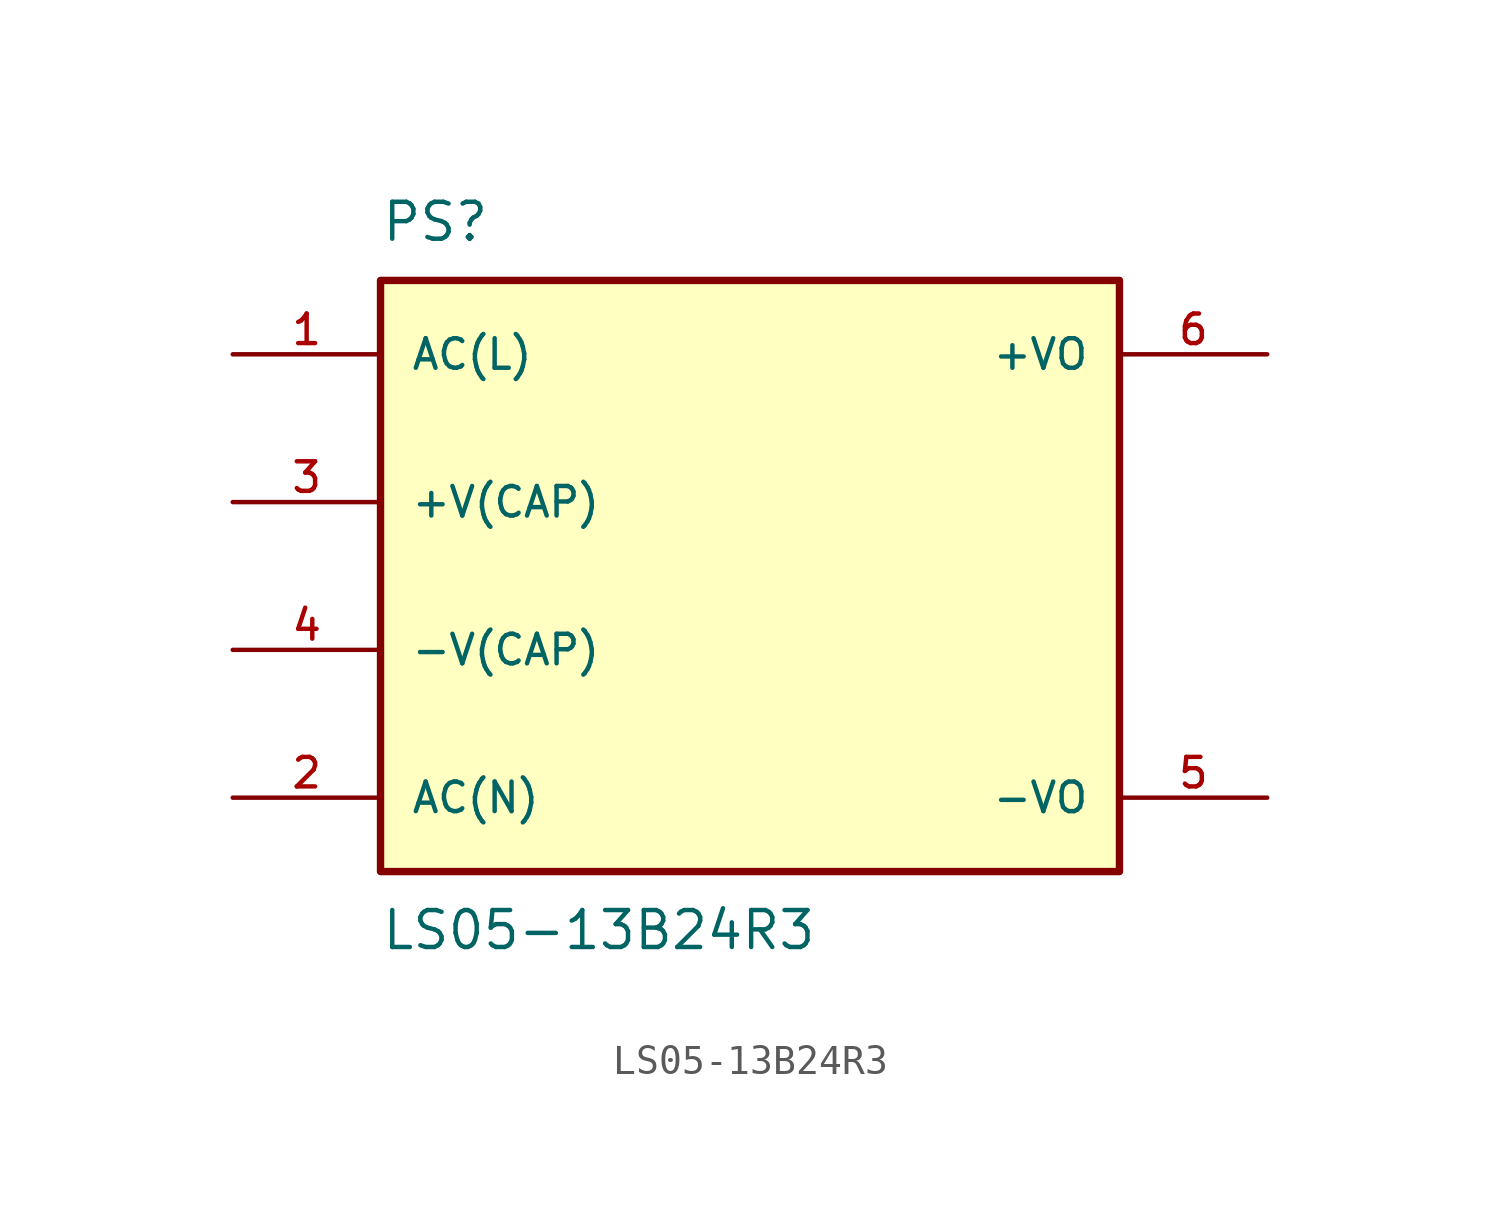
<source format=kicad_sym>
(kicad_symbol_lib
  (version 20211014)
  (generator kicad_symbol_editor)
  (symbol "LS05-13B24R3"
    (pin_names
      (offset 1.016))
    (property "Reference" "PS"
      (at -12.7 11.43 0)
      (effects (font (size 1.27 1.27)) (justify bottom left)))
    (property "Value" "LS05-13B24R3"
      (at -12.7 -11.43 0)
      (effects (font (size 1.27 1.27)) (justify top left)))
    (symbol "LS05-13B24R3_0_0"
      (rectangle (start -12.7 -10.16) (end 12.7 10.16) (stroke (width 0.254)) (fill (type background)))
      (pin input line (at -17.78 7.62 0) (length 5.08) (name "AC(L)" (effects (font (size 1.016 1.016)))) (number "1" (effects (font (size 1.016 1.016)))))
      (pin input line (at -17.78 -7.62 0) (length 5.08) (name "AC(N)" (effects (font (size 1.016 1.016)))) (number "2" (effects (font (size 1.016 1.016)))))
      (pin output line (at 17.78 7.62 180.0) (length 5.08) (name "+VO" (effects (font (size 1.016 1.016)))) (number "6" (effects (font (size 1.016 1.016)))))
      (pin output line (at 17.78 -7.62 180.0) (length 5.08) (name "-VO" (effects (font (size 1.016 1.016)))) (number "5" (effects (font (size 1.016 1.016)))))
      (pin passive line (at -17.78 2.54 0) (length 5.08) (name "+V(CAP)" (effects (font (size 1.016 1.016)))) (number "3" (effects (font (size 1.016 1.016)))))
      (pin passive line (at -17.78 -2.54 0) (length 5.08) (name "-V(CAP)" (effects (font (size 1.016 1.016)))) (number "4" (effects (font (size 1.016 1.016))))))))
</source>
